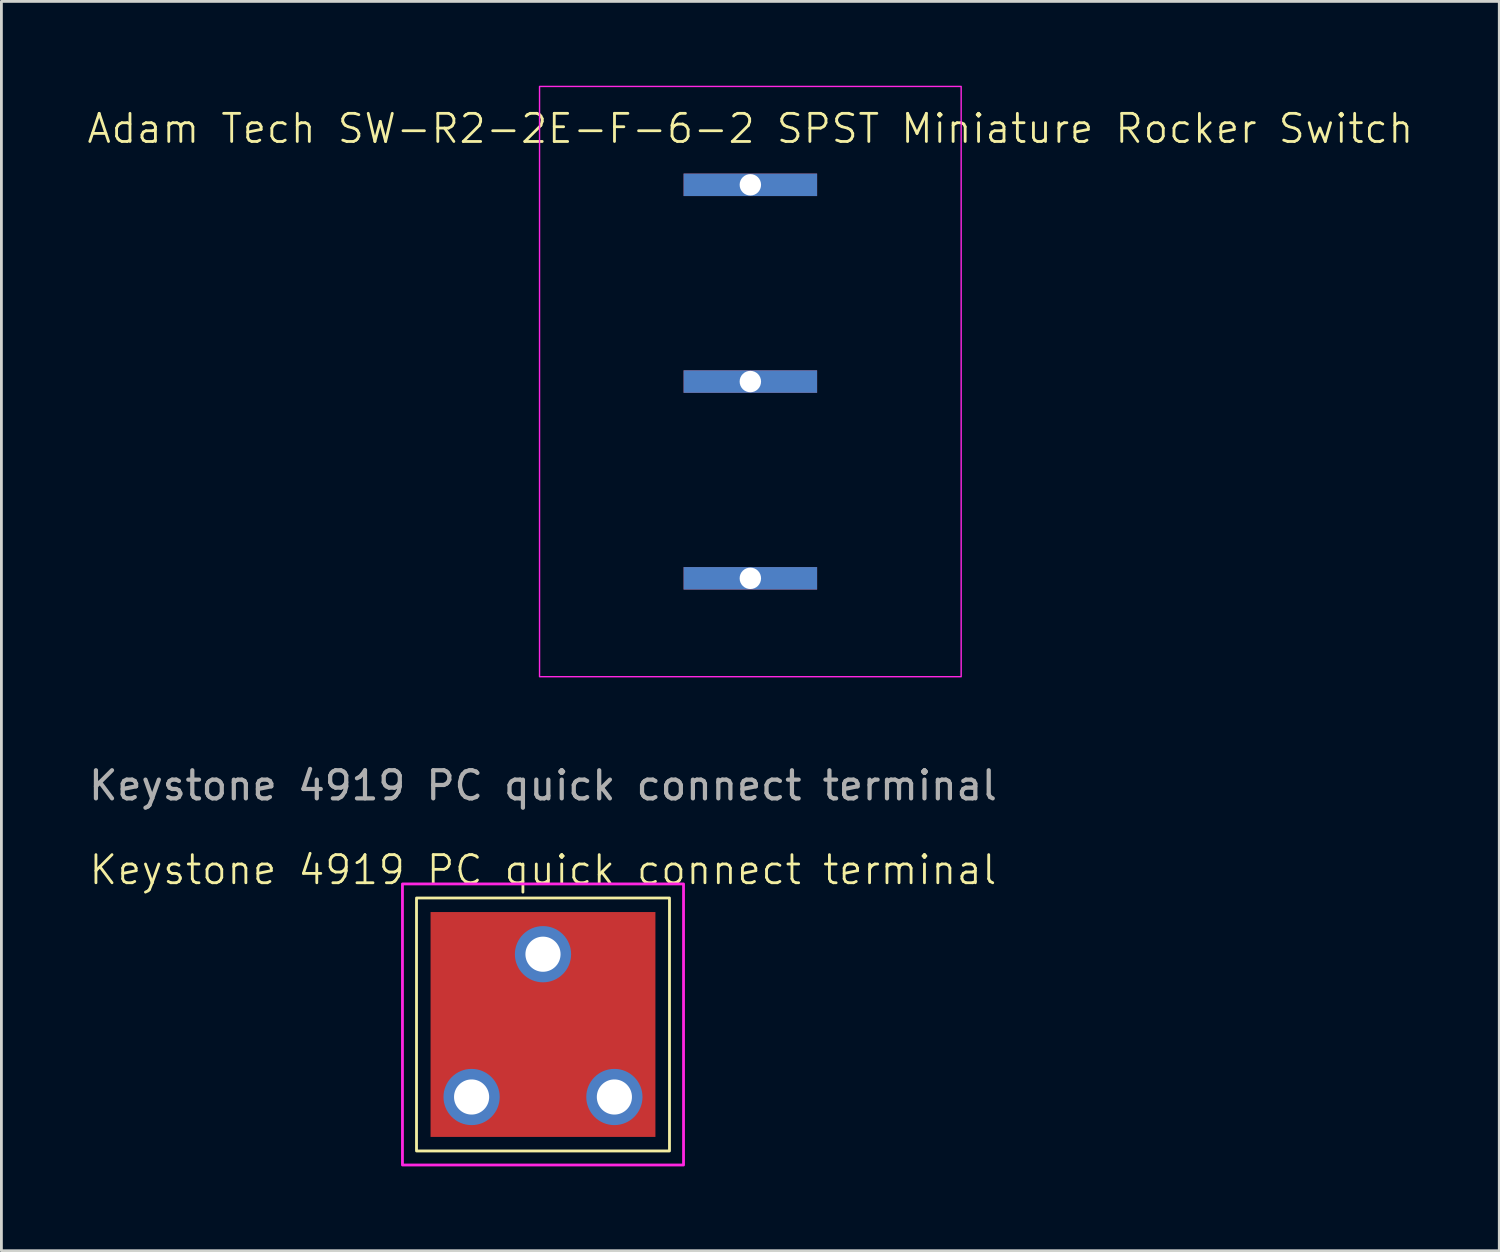
<source format=kicad_pcb>
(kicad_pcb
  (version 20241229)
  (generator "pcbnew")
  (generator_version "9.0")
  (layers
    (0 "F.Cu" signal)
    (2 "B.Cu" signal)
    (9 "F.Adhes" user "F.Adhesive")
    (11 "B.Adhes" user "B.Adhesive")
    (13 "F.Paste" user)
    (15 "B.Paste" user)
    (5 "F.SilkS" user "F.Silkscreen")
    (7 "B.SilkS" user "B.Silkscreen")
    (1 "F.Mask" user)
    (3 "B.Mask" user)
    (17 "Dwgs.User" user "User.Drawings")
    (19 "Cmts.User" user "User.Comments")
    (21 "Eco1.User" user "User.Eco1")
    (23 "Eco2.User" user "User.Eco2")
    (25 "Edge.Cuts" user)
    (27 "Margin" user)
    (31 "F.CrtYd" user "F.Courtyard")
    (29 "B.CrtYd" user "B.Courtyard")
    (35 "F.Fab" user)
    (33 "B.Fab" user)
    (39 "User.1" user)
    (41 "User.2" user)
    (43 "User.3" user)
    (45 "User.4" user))
  (footprint "Adam Tech SW-R2-2E-F-6-2 SPST Miniature Rocker Switch"
    (layer "F.Cu")
    (at 23.645 3.525)
    (property "Reference" "Adam Tech SW-R2-2E-F-6-2 SPST Miniature Rocker Switch" (at 0 -2 0) (unlocked yes) (layer "F.SilkS") (effects (font (size 1 1) (thickness 0.1))))
    (attr through_hole)
    (fp_rect (start -7.5 -3.5) (end 7.5 17.5) (stroke (width 0.05) (type default)) (fill no) (layer "F.CrtYd"))
    (pad "1" thru_hole rect (at 0 0) (size 4.75 0.8) (drill 0.762) (layers "*.Cu" "*.Mask"))
    (pad "2" thru_hole rect (at 0 7) (size 4.75 0.8) (drill 0.762) (layers "*.Cu" "*.Mask"))
    (pad "3" thru_hole rect (at 0 14) (size 4.75 0.8) (drill 0.762) (layers "*.Cu" "*.Mask")))
  (footprint "Keystone 4919 PC quick connect terminal"
    (layer "F.Cu")
    (at 16.268 30.898)
    (property "Reference" "Keystone 4919 PC quick connect terminal" (at 0 -3 0) (unlocked yes) (layer "F.SilkS") (effects (font (size 1 1) (thickness 0.1))))
    (attr through_hole)
    (fp_rect (start -4.5 -2) (end 4.5 7) (stroke (width 0.1) (type default)) (fill no) (layer "F.SilkS"))
    (fp_rect (start -5 -2.5) (end 5 7.5) (stroke (width 0.1) (type default)) (fill no) (layer "F.CrtYd"))
    (fp_text user "${REFERENCE}" (at 0 -6 0) (unlocked yes) (layer "F.Fab") (effects (font (size 1 1) (thickness 0.15))))
    (pad "1" thru_hole circle (at -2.54 5.08) (size 2 2) (drill 1.25) (layers "*.Cu" "*.Mask"))
    (pad "1" thru_hole circle (at 0 0) (size 2 2) (drill 1.25) (layers "*.Cu" "*.Mask"))
    (pad "1" smd rect (at 0 2.5) (size 8 8) (layers "F.Cu" "F.Mask"))
    (pad "1" thru_hole circle (at 2.54 5.08) (size 2 2) (drill 1.25) (layers "*.Cu" "*.Mask")))
  (gr_rect
    (start -3 -3)
    (end 50.29 41.448)
    (stroke (width 0.1) (type default))
    (fill no)
    (layer "Edge.Cuts")))
</source>
